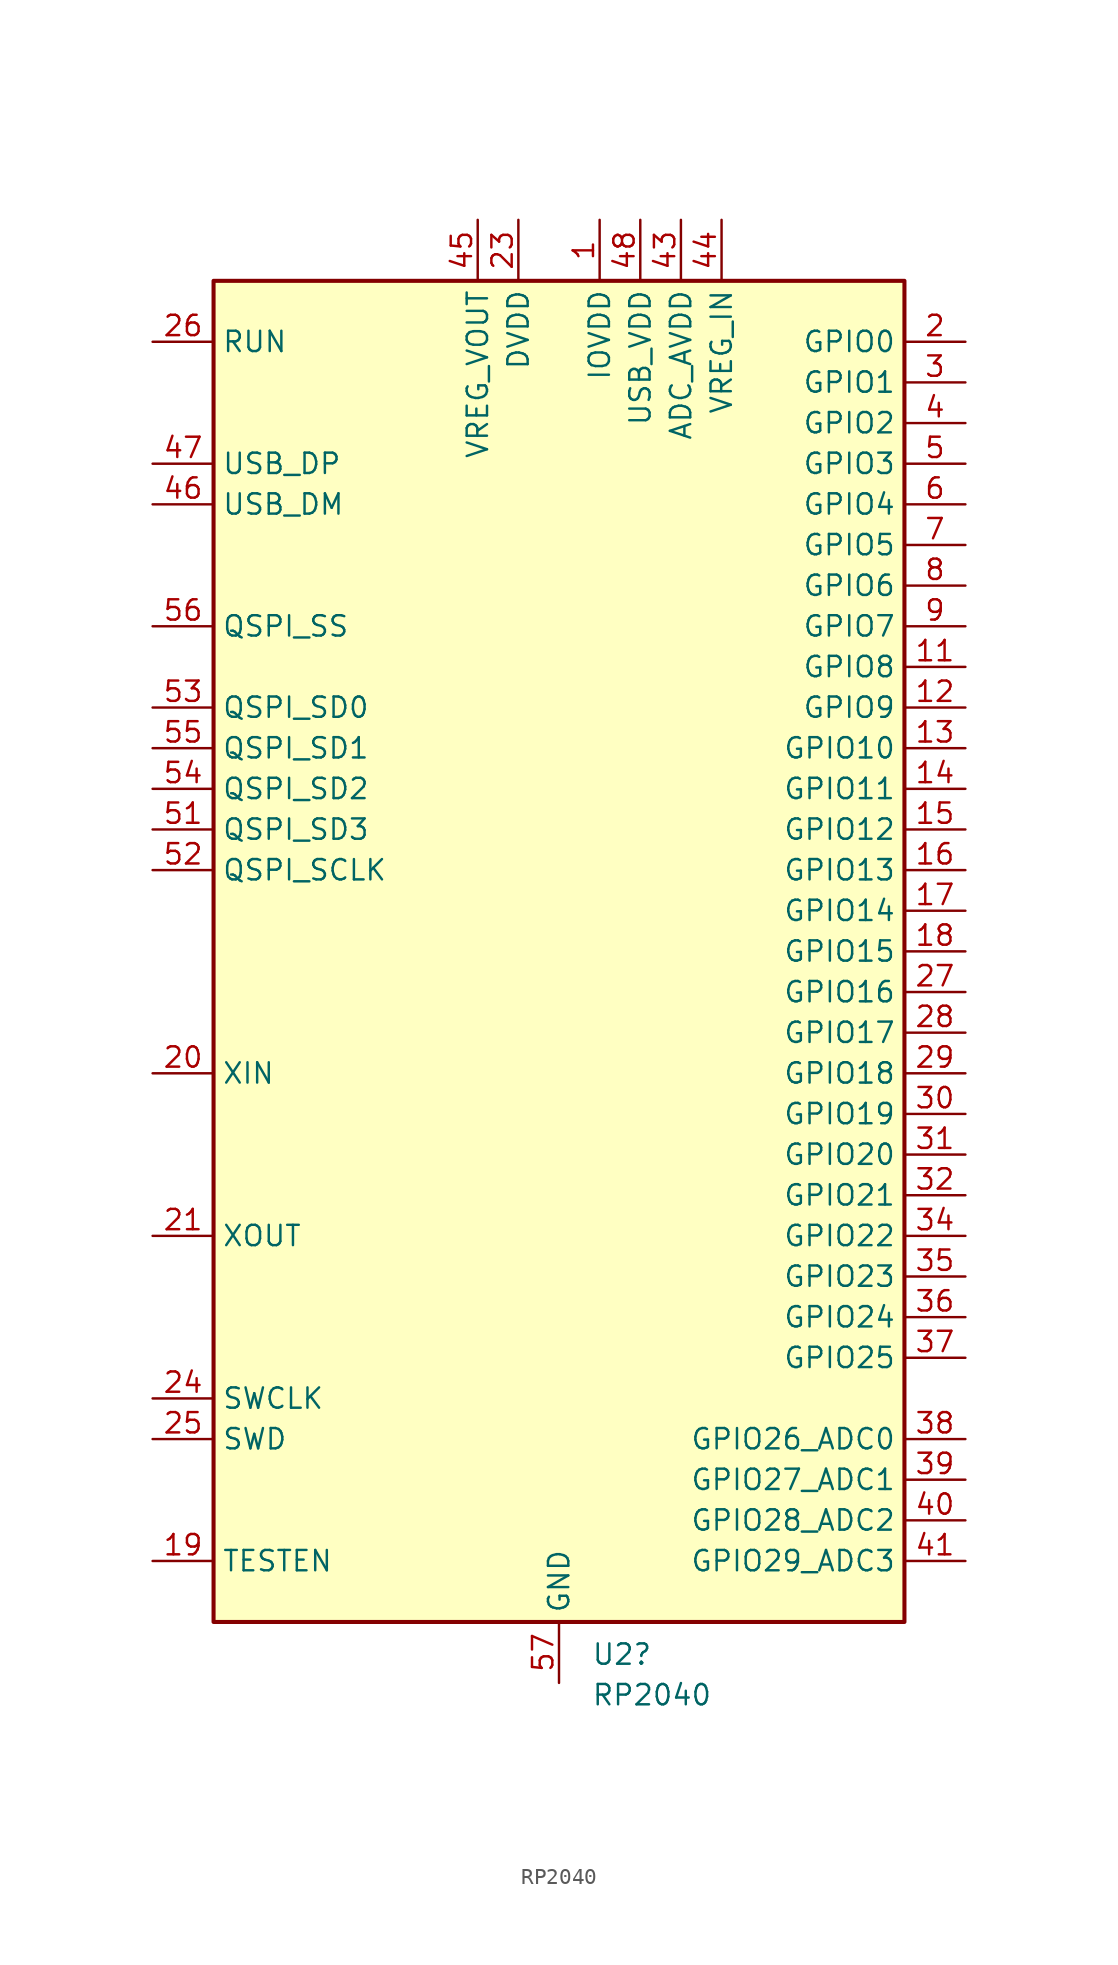
<source format=kicad_sym>
(kicad_symbol_lib
  (version 20211014)
  (generator kicad_symbol_editor)
  (symbol "RP2040"
    (property "Reference" "U2"
      (at 2.019 -43.94 0)
      (effects (font (size 1.27 1.27)) (justify left)))
    (property "Value" "RP2040"
      (at 2.019 -46.477 0)
      (effects (font (size 1.27 1.27)) (justify left)))
    (symbol "RP2040_0_1"
      (rectangle (start -21.59 41.91) (end 21.59 -41.91) (stroke (width 0.254) (type default) (color 0 0 0 0)) (fill (type background))))
    (symbol "RP2040_1_1"
      (pin power_in line (at 2.54 45.72 270) (length 3.81) (name "IOVDD" (effects (font (size 1.27 1.27)))) (number "1" (effects (font (size 1.27 1.27)))))
      (pin passive line (at 2.54 45.72 270) (length 3.81) hide (name "IOVDD" (effects (font (size 1.27 1.27)))) (number "10" (effects (font (size 1.27 1.27)))))
      (pin bidirectional line (at 25.4 17.78 180) (length 3.81) (name "GPIO8" (effects (font (size 1.27 1.27)))) (number "11" (effects (font (size 1.27 1.27)))))
      (pin bidirectional line (at 25.4 15.24 180) (length 3.81) (name "GPIO9" (effects (font (size 1.27 1.27)))) (number "12" (effects (font (size 1.27 1.27)))))
      (pin bidirectional line (at 25.4 12.7 180) (length 3.81) (name "GPIO10" (effects (font (size 1.27 1.27)))) (number "13" (effects (font (size 1.27 1.27)))))
      (pin bidirectional line (at 25.4 10.16 180) (length 3.81) (name "GPIO11" (effects (font (size 1.27 1.27)))) (number "14" (effects (font (size 1.27 1.27)))))
      (pin bidirectional line (at 25.4 7.62 180) (length 3.81) (name "GPIO12" (effects (font (size 1.27 1.27)))) (number "15" (effects (font (size 1.27 1.27)))))
      (pin bidirectional line (at 25.4 5.08 180) (length 3.81) (name "GPIO13" (effects (font (size 1.27 1.27)))) (number "16" (effects (font (size 1.27 1.27)))))
      (pin bidirectional line (at 25.4 2.54 180) (length 3.81) (name "GPIO14" (effects (font (size 1.27 1.27)))) (number "17" (effects (font (size 1.27 1.27)))))
      (pin bidirectional line (at 25.4 0 180) (length 3.81) (name "GPIO15" (effects (font (size 1.27 1.27)))) (number "18" (effects (font (size 1.27 1.27)))))
      (pin input line (at -25.4 -38.1 0) (length 3.81) (name "TESTEN" (effects (font (size 1.27 1.27)))) (number "19" (effects (font (size 1.27 1.27)))))
      (pin bidirectional line (at 25.4 38.1 180) (length 3.81) (name "GPIO0" (effects (font (size 1.27 1.27)))) (number "2" (effects (font (size 1.27 1.27)))))
      (pin input line (at -25.4 -7.62 0) (length 3.81) (name "XIN" (effects (font (size 1.27 1.27)))) (number "20" (effects (font (size 1.27 1.27)))))
      (pin passive line (at -25.4 -17.78 0) (length 3.81) (name "XOUT" (effects (font (size 1.27 1.27)))) (number "21" (effects (font (size 1.27 1.27)))))
      (pin passive line (at 2.54 45.72 270) (length 3.81) hide (name "IOVDD" (effects (font (size 1.27 1.27)))) (number "22" (effects (font (size 1.27 1.27)))))
      (pin power_in line (at -2.54 45.72 270) (length 3.81) (name "DVDD" (effects (font (size 1.27 1.27)))) (number "23" (effects (font (size 1.27 1.27)))))
      (pin output line (at -25.4 -27.94 0) (length 3.81) (name "SWCLK" (effects (font (size 1.27 1.27)))) (number "24" (effects (font (size 1.27 1.27)))))
      (pin bidirectional line (at -25.4 -30.48 0) (length 3.81) (name "SWD" (effects (font (size 1.27 1.27)))) (number "25" (effects (font (size 1.27 1.27)))))
      (pin input line (at -25.4 38.1 0) (length 3.81) (name "RUN" (effects (font (size 1.27 1.27)))) (number "26" (effects (font (size 1.27 1.27)))))
      (pin bidirectional line (at 25.4 -2.54 180) (length 3.81) (name "GPIO16" (effects (font (size 1.27 1.27)))) (number "27" (effects (font (size 1.27 1.27)))))
      (pin bidirectional line (at 25.4 -5.08 180) (length 3.81) (name "GPIO17" (effects (font (size 1.27 1.27)))) (number "28" (effects (font (size 1.27 1.27)))))
      (pin bidirectional line (at 25.4 -7.62 180) (length 3.81) (name "GPIO18" (effects (font (size 1.27 1.27)))) (number "29" (effects (font (size 1.27 1.27)))))
      (pin bidirectional line (at 25.4 35.56 180) (length 3.81) (name "GPIO1" (effects (font (size 1.27 1.27)))) (number "3" (effects (font (size 1.27 1.27)))))
      (pin bidirectional line (at 25.4 -10.16 180) (length 3.81) (name "GPIO19" (effects (font (size 1.27 1.27)))) (number "30" (effects (font (size 1.27 1.27)))))
      (pin bidirectional line (at 25.4 -12.7 180) (length 3.81) (name "GPIO20" (effects (font (size 1.27 1.27)))) (number "31" (effects (font (size 1.27 1.27)))))
      (pin bidirectional line (at 25.4 -15.24 180) (length 3.81) (name "GPIO21" (effects (font (size 1.27 1.27)))) (number "32" (effects (font (size 1.27 1.27)))))
      (pin passive line (at 2.54 45.72 270) (length 3.81) hide (name "IOVDD" (effects (font (size 1.27 1.27)))) (number "33" (effects (font (size 1.27 1.27)))))
      (pin bidirectional line (at 25.4 -17.78 180) (length 3.81) (name "GPIO22" (effects (font (size 1.27 1.27)))) (number "34" (effects (font (size 1.27 1.27)))))
      (pin bidirectional line (at 25.4 -20.32 180) (length 3.81) (name "GPIO23" (effects (font (size 1.27 1.27)))) (number "35" (effects (font (size 1.27 1.27)))))
      (pin bidirectional line (at 25.4 -22.86 180) (length 3.81) (name "GPIO24" (effects (font (size 1.27 1.27)))) (number "36" (effects (font (size 1.27 1.27)))))
      (pin bidirectional line (at 25.4 -25.4 180) (length 3.81) (name "GPIO25" (effects (font (size 1.27 1.27)))) (number "37" (effects (font (size 1.27 1.27)))))
      (pin bidirectional line (at 25.4 -30.48 180) (length 3.81) (name "GPIO26_ADC0" (effects (font (size 1.27 1.27)))) (number "38" (effects (font (size 1.27 1.27)))))
      (pin bidirectional line (at 25.4 -33.02 180) (length 3.81) (name "GPIO27_ADC1" (effects (font (size 1.27 1.27)))) (number "39" (effects (font (size 1.27 1.27)))))
      (pin bidirectional line (at 25.4 33.02 180) (length 3.81) (name "GPIO2" (effects (font (size 1.27 1.27)))) (number "4" (effects (font (size 1.27 1.27)))))
      (pin bidirectional line (at 25.4 -35.56 180) (length 3.81) (name "GPIO28_ADC2" (effects (font (size 1.27 1.27)))) (number "40" (effects (font (size 1.27 1.27)))))
      (pin bidirectional line (at 25.4 -38.1 180) (length 3.81) (name "GPIO29_ADC3" (effects (font (size 1.27 1.27)))) (number "41" (effects (font (size 1.27 1.27)))))
      (pin passive line (at 2.54 45.72 270) (length 3.81) hide (name "IOVDD" (effects (font (size 1.27 1.27)))) (number "42" (effects (font (size 1.27 1.27)))))
      (pin power_in line (at 7.62 45.72 270) (length 3.81) (name "ADC_AVDD" (effects (font (size 1.27 1.27)))) (number "43" (effects (font (size 1.27 1.27)))))
      (pin power_in line (at 10.16 45.72 270) (length 3.81) (name "VREG_IN" (effects (font (size 1.27 1.27)))) (number "44" (effects (font (size 1.27 1.27)))))
      (pin power_out line (at -5.08 45.72 270) (length 3.81) (name "VREG_VOUT" (effects (font (size 1.27 1.27)))) (number "45" (effects (font (size 1.27 1.27)))))
      (pin bidirectional line (at -25.4 27.94 0) (length 3.81) (name "USB_DM" (effects (font (size 1.27 1.27)))) (number "46" (effects (font (size 1.27 1.27)))))
      (pin bidirectional line (at -25.4 30.48 0) (length 3.81) (name "USB_DP" (effects (font (size 1.27 1.27)))) (number "47" (effects (font (size 1.27 1.27)))))
      (pin power_in line (at 5.08 45.72 270) (length 3.81) (name "USB_VDD" (effects (font (size 1.27 1.27)))) (number "48" (effects (font (size 1.27 1.27)))))
      (pin passive line (at 2.54 45.72 270) (length 3.81) hide (name "IOVDD" (effects (font (size 1.27 1.27)))) (number "49" (effects (font (size 1.27 1.27)))))
      (pin bidirectional line (at 25.4 30.48 180) (length 3.81) (name "GPIO3" (effects (font (size 1.27 1.27)))) (number "5" (effects (font (size 1.27 1.27)))))
      (pin passive line (at -2.54 45.72 270) (length 3.81) hide (name "DVDD" (effects (font (size 1.27 1.27)))) (number "50" (effects (font (size 1.27 1.27)))))
      (pin bidirectional line (at -25.4 7.62 0) (length 3.81) (name "QSPI_SD3" (effects (font (size 1.27 1.27)))) (number "51" (effects (font (size 1.27 1.27)))))
      (pin output line (at -25.4 5.08 0) (length 3.81) (name "QSPI_SCLK" (effects (font (size 1.27 1.27)))) (number "52" (effects (font (size 1.27 1.27)))))
      (pin bidirectional line (at -25.4 15.24 0) (length 3.81) (name "QSPI_SD0" (effects (font (size 1.27 1.27)))) (number "53" (effects (font (size 1.27 1.27)))))
      (pin bidirectional line (at -25.4 10.16 0) (length 3.81) (name "QSPI_SD2" (effects (font (size 1.27 1.27)))) (number "54" (effects (font (size 1.27 1.27)))))
      (pin bidirectional line (at -25.4 12.7 0) (length 3.81) (name "QSPI_SD1" (effects (font (size 1.27 1.27)))) (number "55" (effects (font (size 1.27 1.27)))))
      (pin bidirectional line (at -25.4 20.32 0) (length 3.81) (name "QSPI_SS" (effects (font (size 1.27 1.27)))) (number "56" (effects (font (size 1.27 1.27)))))
      (pin power_in line (at 0 -45.72 90) (length 3.81) (name "GND" (effects (font (size 1.27 1.27)))) (number "57" (effects (font (size 1.27 1.27)))))
      (pin bidirectional line (at 25.4 27.94 180) (length 3.81) (name "GPIO4" (effects (font (size 1.27 1.27)))) (number "6" (effects (font (size 1.27 1.27)))))
      (pin bidirectional line (at 25.4 25.4 180) (length 3.81) (name "GPIO5" (effects (font (size 1.27 1.27)))) (number "7" (effects (font (size 1.27 1.27)))))
      (pin bidirectional line (at 25.4 22.86 180) (length 3.81) (name "GPIO6" (effects (font (size 1.27 1.27)))) (number "8" (effects (font (size 1.27 1.27)))))
      (pin bidirectional line (at 25.4 20.32 180) (length 3.81) (name "GPIO7" (effects (font (size 1.27 1.27)))) (number "9" (effects (font (size 1.27 1.27))))))))
</source>
